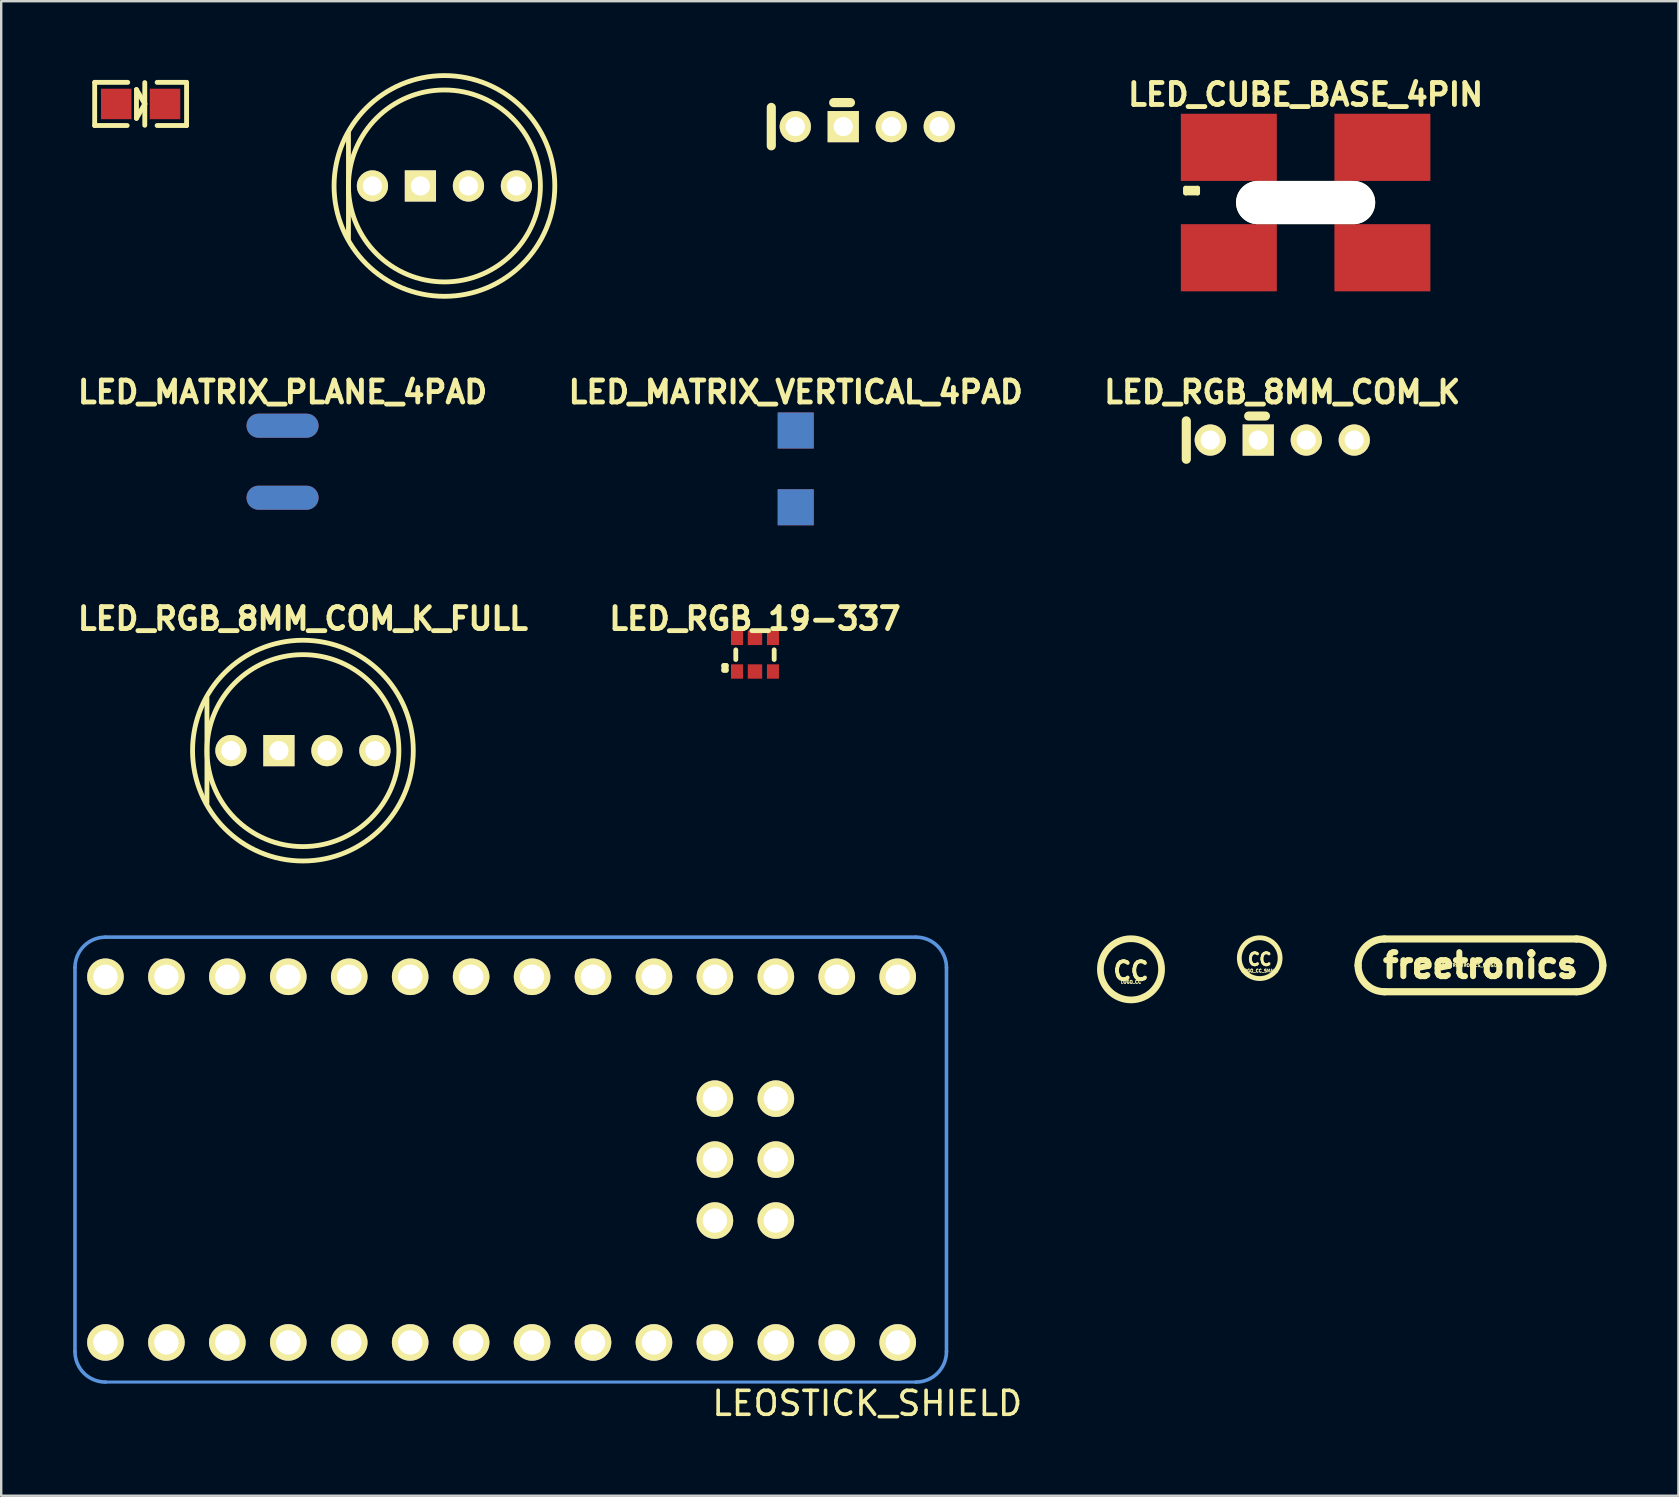
<source format=kicad_pcb>
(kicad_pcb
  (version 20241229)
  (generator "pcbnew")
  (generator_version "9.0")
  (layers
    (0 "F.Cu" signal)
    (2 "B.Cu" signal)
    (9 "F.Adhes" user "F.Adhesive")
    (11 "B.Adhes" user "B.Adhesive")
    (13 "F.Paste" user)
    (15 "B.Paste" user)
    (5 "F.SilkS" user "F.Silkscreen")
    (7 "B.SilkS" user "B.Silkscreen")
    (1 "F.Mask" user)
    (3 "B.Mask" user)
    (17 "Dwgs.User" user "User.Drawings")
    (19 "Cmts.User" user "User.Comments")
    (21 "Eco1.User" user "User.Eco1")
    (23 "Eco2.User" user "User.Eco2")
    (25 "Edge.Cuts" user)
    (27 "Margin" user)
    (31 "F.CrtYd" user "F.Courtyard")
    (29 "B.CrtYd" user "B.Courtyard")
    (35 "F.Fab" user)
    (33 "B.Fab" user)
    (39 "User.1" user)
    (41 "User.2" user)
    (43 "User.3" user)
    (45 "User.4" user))
  (footprint "LED_MATRIX_PLANE_4PAD"
    (layer "F.Cu")
    (at 8.726 16.193)
    (property "Reference" "LED_MATRIX_PLANE_4PAD" (at 0 -2.901 0) (layer "F.SilkS") (effects (font (size 0.914 0.914) (thickness 0.203))))
    (attr smd)
    (pad "1" smd oval (at 0 -1.501) (size 3 1.001) (layers "F.Cu" "F.Mask" "F.Paste"))
    (pad "2" smd oval (at 0 -1.501) (size 3 1.001) (layers "B.Cu" "B.Mask" "B.Paste"))
    (pad "3" smd oval (at 0 1.501) (size 3 1.001) (layers "F.Cu" "F.Mask" "F.Paste"))
    (pad "4" smd oval (at 0 1.501) (size 3 1.001) (layers "B.Cu" "B.Mask" "B.Paste")))
  (footprint "LED-RGB-8MM-COM-K-FULL"
    (layer "F.Cu")
    (at 15.473 4.7)
    (property "Reference" "LED-RGB-8MM-COM-K-FULL" (at 0 -2.3 0) (layer "Eco1.User") (effects (font (size 0.6 0.6) (thickness 0.1))))
    (attr through_hole)
    (fp_line (start -4 -2.2) (end -4 2.2) (stroke (width 0.201) (type solid)) (layer "F.SilkS"))
    (fp_circle (center 0 0) (end 4 0) (stroke (width 0.201) (type solid)) (fill no) (layer "F.SilkS"))
    (fp_circle (center 0 0) (end 4.6 0) (stroke (width 0.201) (type solid)) (fill no) (layer "F.SilkS"))
    (pad "AB" thru_hole circle (at 3 0) (size 1.3 1.3) (drill 0.8) (layers "*.Cu" "*.Mask" "F.SilkS"))
    (pad "AG" thru_hole circle (at 1.001 0) (size 1.3 1.3) (drill 0.8) (layers "*.Cu" "*.Mask" "F.SilkS"))
    (pad "AR" thru_hole circle (at -3 0) (size 1.3 1.3) (drill 0.8) (layers "*.Cu" "*.Mask" "F.SilkS"))
    (pad "K" thru_hole rect (at -1.001 0) (size 1.3 1.3) (drill 0.8) (layers "*.Cu" "*.Mask" "F.SilkS")))
  (footprint "LOGO_CC_SMALL"
    (layer "F.Cu")
    (at 49.452 36.884)
    (property "Reference" "LOGO_CC_SMALL" (at 0 0.525 0) (layer "F.SilkS") (effects (font (size 0.127 0.127) (thickness 0.032))))
    (attr through_hole)
    (fp_circle (center 0 0) (end 0.85 0) (stroke (width 0.2) (type solid)) (fill no) (layer "F.SilkS"))
    (fp_text user "CC" (at 0 0.05 0) (layer "F.SilkS") (effects (font (size 0.5 0.48) (thickness 0.12)))))
  (footprint "LED_MATRIX_VERTICAL_4PAD"
    (layer "F.Cu")
    (at 30.114 16.492)
    (property "Reference" "LED_MATRIX_VERTICAL_4PAD" (at 0 -3.2 0) (layer "F.SilkS") (effects (font (size 0.914 0.914) (thickness 0.203))))
    (attr smd)
    (pad "1" smd rect (at 0 -1.6) (size 1.501 1.501) (layers "B.Cu" "B.Mask" "B.Paste"))
    (pad "2" smd rect (at 0 1.6) (size 1.501 1.501) (layers "B.Cu" "B.Mask" "B.Paste"))
    (pad "3" smd rect (at 0 -1.6) (size 1.501 1.501) (layers "F.Cu" "F.Mask" "F.Paste"))
    (pad "4" smd rect (at 0 1.6) (size 1.501 1.501) (layers "F.Cu" "F.Mask" "F.Paste")))
  (footprint "LOGO_FREETRONICS_MIDSIZE"
    (layer "F.Cu")
    (at 58.652 37.184)
    (property "Reference" "LOGO_FREETRONICS_MIDSIZE" (at -0.508 0 0) (layer "F.SilkS") (effects (font (size 0.127 0.127) (thickness 0.032))))
    (attr through_hole)
    (fp_line (start -4 -1.1) (end 4 -1.1) (stroke (width 0.3) (type solid)) (layer "F.SilkS"))
    (fp_line (start 4 1.1) (end -4 1.1) (stroke (width 0.3) (type solid)) (layer "F.SilkS"))
    (fp_arc (start -5.1 0) (mid -4.777817 -0.777817) (end -4 -1.1) (stroke (width 0.3) (type solid)) (layer "F.SilkS"))
    (fp_arc (start -4 1.1) (mid -4.777817 0.777817) (end -5.1 0) (stroke (width 0.3) (type solid)) (layer "F.SilkS"))
    (fp_arc (start 4 -1.1) (mid 4.777817 -0.777817) (end 5.1 0) (stroke (width 0.3) (type solid)) (layer "F.SilkS"))
    (fp_arc (start 5.1 0) (mid 4.777817 0.777817) (end 4 1.1) (stroke (width 0.3) (type solid)) (layer "F.SilkS"))
    (fp_text user "freetronics" (at 0 0 0) (layer "F.SilkS") (effects (font (size 1 1) (thickness 0.25)))))
  (footprint "LED_RGB_8MM_COM_K_FULL"
    (layer "F.Cu")
    (at 9.575 28.234)
    (property "Reference" "LED_RGB_8MM_COM_K_FULL" (at 0 -5.499 0) (layer "F.SilkS") (effects (font (size 0.914 0.914) (thickness 0.203))))
    (attr through_hole)
    (fp_line (start -4 -2.2) (end -4 2.2) (stroke (width 0.201) (type solid)) (layer "F.SilkS"))
    (fp_circle (center 0 0) (end 4 0) (stroke (width 0.201) (type solid)) (fill no) (layer "F.SilkS"))
    (fp_circle (center 0 0) (end 4.6 0) (stroke (width 0.201) (type solid)) (fill no) (layer "F.SilkS"))
    (pad "AB" thru_hole circle (at 3 0) (size 1.3 1.3) (drill 0.8) (layers "*.Cu" "*.Mask" "F.SilkS"))
    (pad "AG" thru_hole circle (at 1.001 0) (size 1.3 1.3) (drill 0.8) (layers "*.Cu" "*.Mask" "F.SilkS"))
    (pad "AR" thru_hole circle (at -3 0) (size 1.3 1.3) (drill 0.8) (layers "*.Cu" "*.Mask" "F.SilkS"))
    (pad "K" thru_hole rect (at -1.001 0) (size 1.3 1.3) (drill 0.8) (layers "*.Cu" "*.Mask" "F.SilkS")))
  (footprint "LED-0805-LARGE"
    (layer "F.Cu")
    (at 2.811 1.282)
    (property "Reference" "LED-0805-LARGE" (at -0.048 -0.991 0) (layer "Eco1.User") (effects (font (size 0.406 0.406) (thickness 0.03))))
    (attr through_hole)
    (fp_line (start -1.915 -0.899) (end -1.915 0.899) (stroke (width 0.203) (type solid)) (layer "F.SilkS"))
    (fp_line (start -1.915 0.899) (end -0.561 0.899) (stroke (width 0.203) (type solid)) (layer "F.SilkS"))
    (fp_line (start -0.538 -0.899) (end -1.915 -0.899) (stroke (width 0.203) (type solid)) (layer "F.SilkS"))
    (fp_line (start -0.173 -0.599) (end -0.173 0.599) (stroke (width 0.203) (type solid)) (layer "F.SilkS"))
    (fp_line (start -0.173 0.599) (end 0.173 0) (stroke (width 0.203) (type solid)) (layer "F.SilkS"))
    (fp_line (start 0.173 -0.889) (end 0.173 0) (stroke (width 0.203) (type solid)) (layer "F.SilkS"))
    (fp_line (start 0.173 0) (end -0.173 -0.599) (stroke (width 0.203) (type solid)) (layer "F.SilkS"))
    (fp_line (start 0.173 0) (end 0.173 0.889) (stroke (width 0.203) (type solid)) (layer "F.SilkS"))
    (fp_line (start 0.688 -0.899) (end 1.915 -0.899) (stroke (width 0.203) (type solid)) (layer "F.SilkS"))
    (fp_line (start 1.915 -0.899) (end 1.915 0.899) (stroke (width 0.203) (type solid)) (layer "F.SilkS"))
    (fp_line (start 1.915 0.899) (end 0.688 0.899) (stroke (width 0.203) (type solid)) (layer "F.SilkS"))
    (pad "A" smd rect (at -1.016 0) (size 1.27 1.27) (layers "F.Cu" "F.Mask" "F.Paste"))
    (pad "K" smd rect (at 1.016 0) (size 1.27 1.27) (layers "F.Cu" "F.Mask" "F.Paste")))
  (footprint "LEOSTICK_SHIELD"
    (layer "F.Cu")
    (at 1.345 52.9)
    (property "Reference" "LEOSTICK_SHIELD" (at 31.75 2.54 0) (layer "F.SilkS") (effects (font (size 1 1) (thickness 0.15))))
    (attr through_hole)
    (fp_line (start -1.27 -15.621) (end -1.27 0.381) (stroke (width 0.15) (type solid)) (layer "Cmts.User"))
    (fp_line (start 33.782 -16.891) (end 0 -16.891) (stroke (width 0.15) (type solid)) (layer "Cmts.User"))
    (fp_line (start 33.782 1.651) (end 0 1.651) (stroke (width 0.127) (type solid)) (layer "Cmts.User"))
    (fp_line (start 35.052 0.381) (end 35.052 -15.621) (stroke (width 0.15) (type solid)) (layer "Cmts.User"))
    (fp_arc (start -1.27 -15.621) (mid -0.898026 -16.519026) (end 0 -16.891) (stroke (width 0.15) (type solid)) (layer "Cmts.User"))
    (fp_arc (start 0 1.651) (mid -0.898026 1.279026) (end -1.27 0.381) (stroke (width 0.15) (type solid)) (layer "Cmts.User"))
    (fp_arc (start 33.782 -16.891) (mid 34.680026 -16.519026) (end 35.052 -15.621) (stroke (width 0.15) (type solid)) (layer "Cmts.User"))
    (fp_arc (start 35.052 0.381) (mid 34.680026 1.279026) (end 33.782 1.651) (stroke (width 0.15) (type solid)) (layer "Cmts.User"))
    (pad "0" thru_hole circle (at 33.02 -15.24 180) (size 1.524 1.524) (drill 1.016) (layers "*.Cu" "*.Mask" "F.SilkS"))
    (pad "1" thru_hole circle (at 30.48 -15.24 180) (size 1.524 1.524) (drill 1.016) (layers "*.Cu" "*.Mask" "F.SilkS"))
    (pad "2" thru_hole circle (at 27.94 -15.24 180) (size 1.524 1.524) (drill 1.016) (layers "*.Cu" "*.Mask" "F.SilkS"))
    (pad "3" thru_hole circle (at 25.4 -15.24 180) (size 1.524 1.524) (drill 1.016) (layers "*.Cu" "*.Mask" "F.SilkS"))
    (pad "4" thru_hole circle (at 22.86 -15.24 180) (size 1.524 1.524) (drill 1.016) (layers "*.Cu" "*.Mask" "F.SilkS"))
    (pad "5" thru_hole circle (at 20.32 -15.24 180) (size 1.524 1.524) (drill 1.016) (layers "*.Cu" "*.Mask" "F.SilkS"))
    (pad "6" thru_hole circle (at 17.78 -15.24 180) (size 1.524 1.524) (drill 1.016) (layers "*.Cu" "*.Mask" "F.SilkS"))
    (pad "7" thru_hole circle (at 15.24 -15.24 180) (size 1.524 1.524) (drill 1.016) (layers "*.Cu" "*.Mask" "F.SilkS"))
    (pad "8" thru_hole circle (at 12.7 -15.24 180) (size 1.524 1.524) (drill 1.016) (layers "*.Cu" "*.Mask" "F.SilkS"))
    (pad "9" thru_hole circle (at 10.16 -15.24 180) (size 1.524 1.524) (drill 1.016) (layers "*.Cu" "*.Mask" "F.SilkS"))
    (pad "10" thru_hole circle (at 7.62 -15.24 180) (size 1.524 1.524) (drill 1.016) (layers "*.Cu" "*.Mask" "F.SilkS"))
    (pad "11" thru_hole circle (at 5.08 -15.24 180) (size 1.524 1.524) (drill 1.016) (layers "*.Cu" "*.Mask" "F.SilkS"))
    (pad "12" thru_hole circle (at 2.54 -15.24 180) (size 1.524 1.524) (drill 1.016) (layers "*.Cu" "*.Mask" "F.SilkS"))
    (pad "13" thru_hole circle (at 0 -15.24 180) (size 1.524 1.524) (drill 1.016) (layers "*.Cu" "*.Mask" "F.SilkS"))
    (pad "14" thru_hole circle (at 0 0 180) (size 1.524 1.524) (drill 1.016) (layers "*.Cu" "*.Mask" "F.SilkS"))
    (pad "15" thru_hole circle (at 2.54 0 180) (size 1.524 1.524) (drill 1.016) (layers "*.Cu" "*.Mask" "F.SilkS"))
    (pad "16" thru_hole circle (at 5.08 0 180) (size 1.524 1.524) (drill 1.016) (layers "*.Cu" "*.Mask" "F.SilkS"))
    (pad "17" thru_hole circle (at 7.62 0 180) (size 1.524 1.524) (drill 1.016) (layers "*.Cu" "*.Mask" "F.SilkS"))
    (pad "18" thru_hole circle (at 10.16 0 180) (size 1.524 1.524) (drill 1.016) (layers "*.Cu" "*.Mask" "F.SilkS"))
    (pad "19" thru_hole circle (at 12.7 0 180) (size 1.524 1.524) (drill 1.016) (layers "*.Cu" "*.Mask" "F.SilkS"))
    (pad "20" thru_hole circle (at 15.24 0 180) (size 1.524 1.524) (drill 1.016) (layers "*.Cu" "*.Mask" "F.SilkS"))
    (pad "21" thru_hole circle (at 17.78 0 180) (size 1.524 1.524) (drill 1.016) (layers "*.Cu" "*.Mask" "F.SilkS"))
    (pad "22" thru_hole circle (at 20.32 0 180) (size 1.524 1.524) (drill 1.016) (layers "*.Cu" "*.Mask" "F.SilkS"))
    (pad "23" thru_hole circle (at 22.86 0 180) (size 1.524 1.524) (drill 1.016) (layers "*.Cu" "*.Mask" "F.SilkS"))
    (pad "24" thru_hole circle (at 25.4 0 180) (size 1.524 1.524) (drill 1.016) (layers "*.Cu" "*.Mask" "F.SilkS"))
    (pad "25" thru_hole circle (at 27.94 0 180) (size 1.524 1.524) (drill 1.016) (layers "*.Cu" "*.Mask" "F.SilkS"))
    (pad "26" thru_hole circle (at 30.48 0 180) (size 1.524 1.524) (drill 1.016) (layers "*.Cu" "*.Mask" "F.SilkS"))
    (pad "27" thru_hole circle (at 33.02 0 180) (size 1.524 1.524) (drill 1.016) (layers "*.Cu" "*.Mask" "F.SilkS"))
    (pad "SP1" thru_hole circle (at 25.4 -10.16 180) (size 1.524 1.524) (drill 1.016) (layers "*.Cu" "*.Mask" "F.SilkS"))
    (pad "SP2" thru_hole circle (at 27.94 -10.16 180) (size 1.524 1.524) (drill 1.016) (layers "*.Cu" "*.Mask" "F.SilkS"))
    (pad "SP3" thru_hole circle (at 25.4 -7.62 180) (size 1.524 1.524) (drill 1.016) (layers "*.Cu" "*.Mask" "F.SilkS"))
    (pad "SP4" thru_hole circle (at 27.94 -7.62 180) (size 1.524 1.524) (drill 1.016) (layers "*.Cu" "*.Mask" "F.SilkS"))
    (pad "SP5" thru_hole circle (at 25.4 -5.08 180) (size 1.524 1.524) (drill 1.016) (layers "*.Cu" "*.Mask" "F.SilkS"))
    (pad "SP6" thru_hole circle (at 27.94 -5.08 180) (size 1.524 1.524) (drill 1.016) (layers "*.Cu" "*.Mask" "F.SilkS")))
  (footprint "LED_RGB_19-337"
    (layer "F.Cu")
    (at 28.416 24.236)
    (property "Reference" "LED_RGB_19-337" (at 0 -1.501 0) (layer "F.SilkS") (effects (font (size 0.914 0.914) (thickness 0.203))))
    (attr smd)
    (fp_line (start -1.3 0.45) (end -1.199 0.45) (stroke (width 0.201) (type solid)) (layer "F.SilkS"))
    (fp_line (start -1.3 0.65) (end -1.3 0.45) (stroke (width 0.201) (type solid)) (layer "F.SilkS"))
    (fp_line (start -1.199 0.45) (end -1.199 0.65) (stroke (width 0.201) (type solid)) (layer "F.SilkS"))
    (fp_line (start -1.199 0.65) (end -1.3 0.65) (stroke (width 0.201) (type solid)) (layer "F.SilkS"))
    (fp_line (start -0.8 -0.201) (end -0.8 0.201) (stroke (width 0.201) (type solid)) (layer "F.SilkS"))
    (fp_line (start 0.8 -0.201) (end 0.8 0.201) (stroke (width 0.201) (type solid)) (layer "F.SilkS"))
    (pad "AB" smd rect (at -0.749 -0.701) (size 0.5 0.599) (layers "F.Cu" "F.Mask" "F.Paste"))
    (pad "AG" smd rect (at 0.749 -0.701) (size 0.5 0.599) (layers "F.Cu" "F.Mask" "F.Paste"))
    (pad "AR" smd rect (at 0 -0.701) (size 0.599 0.599) (layers "F.Cu" "F.Mask" "F.Paste"))
    (pad "KB" smd rect (at -0.749 0.701) (size 0.5 0.599) (layers "F.Cu" "F.Mask" "F.Paste"))
    (pad "KG" smd rect (at 0.749 0.701) (size 0.5 0.599) (layers "F.Cu" "F.Mask" "F.Paste"))
    (pad "KR" smd rect (at 0 0.701) (size 0.599 0.599) (layers "F.Cu" "F.Mask" "F.Paste")))
  (footprint "LED_CUBE_BASE_4PIN"
    (layer "F.Cu")
    (at 51.365 5.392)
    (property "Reference" "LED_CUBE_BASE_4PIN" (at 0 -4.501 0) (layer "F.SilkS") (effects (font (size 0.914 0.914) (thickness 0.203))))
    (attr smd)
    (fp_line (start -5.001 -0.599) (end -4.501 -0.599) (stroke (width 0.201) (type solid)) (layer "F.SilkS"))
    (fp_line (start -5.001 -0.498) (end -5.001 -0.599) (stroke (width 0.201) (type solid)) (layer "F.SilkS"))
    (fp_line (start -5.001 -0.498) (end -5.001 -0.399) (stroke (width 0.201) (type solid)) (layer "F.SilkS"))
    (fp_line (start -5.001 -0.399) (end -4.501 -0.399) (stroke (width 0.201) (type solid)) (layer "F.SilkS"))
    (fp_line (start -4.501 -0.599) (end -4.501 -0.498) (stroke (width 0.201) (type solid)) (layer "F.SilkS"))
    (fp_line (start -4.501 -0.498) (end -5.001 -0.498) (stroke (width 0.201) (type solid)) (layer "F.SilkS"))
    (fp_line (start -4.501 -0.399) (end -4.501 -0.498) (stroke (width 0.201) (type solid)) (layer "F.SilkS"))
    (pad "" np_thru_hole oval (at 0 0) (size 5.799 1.801) (drill oval 5.799 1.801) (layers "*.Cu" "*.Mask" "F.SilkS"))
    (pad "1" smd rect (at -3.2 -2.301) (size 4 2.799) (layers "F.Cu" "F.Mask" "F.Paste"))
    (pad "2" smd rect (at 3.2 -2.301) (size 4 2.799) (layers "F.Cu" "F.Mask" "F.Paste"))
    (pad "3" smd rect (at -3.2 2.301) (size 4 2.799) (layers "F.Cu" "F.Mask" "F.Paste"))
    (pad "4" smd rect (at 3.2 2.301) (size 4 2.799) (layers "F.Cu" "F.Mask" "F.Paste")))
  (footprint "LOGO_CC"
    (layer "F.Cu")
    (at 44.087 37.349)
    (property "Reference" "LOGO_CC" (at 0 0.525 0) (layer "F.SilkS") (effects (font (size 0.127 0.127) (thickness 0.032))))
    (attr through_hole)
    (fp_circle (center 0 0) (end 1.275 0) (stroke (width 0.28) (type solid)) (fill no) (layer "F.SilkS"))
    (fp_text user "CC" (at 0 0.075 0) (layer "F.SilkS") (effects (font (size 0.75 0.72) (thickness 0.16)))))
  (footprint "LED_RGB_8MM_COM_K"
    (layer "F.Cu")
    (at 50.392 15.291)
    (property "Reference" "LED_RGB_8MM_COM_K" (at 0 -1.999 0) (layer "F.SilkS") (effects (font (size 0.914 0.914) (thickness 0.203))))
    (attr through_hole)
    (fp_line (start -4 -0.8) (end -4 0.8) (stroke (width 0.381) (type solid)) (layer "F.SilkS"))
    (fp_line (start -1.4 -1.001) (end -0.701 -1.001) (stroke (width 0.381) (type solid)) (layer "F.SilkS"))
    (pad "AB" thru_hole circle (at 3 0) (size 1.3 1.3) (drill 0.8) (layers "*.Cu" "*.Mask" "F.SilkS"))
    (pad "AG" thru_hole circle (at 1.001 0) (size 1.3 1.3) (drill 0.8) (layers "*.Cu" "*.Mask" "F.SilkS"))
    (pad "AR" thru_hole circle (at -3 0) (size 1.3 1.3) (drill 0.8) (layers "*.Cu" "*.Mask" "F.SilkS"))
    (pad "K" thru_hole rect (at -1.001 0) (size 1.3 1.3) (drill 0.8) (layers "*.Cu" "*.Mask" "F.SilkS")))
  (footprint "LED-RGB-8MM-COM-K-MINIMAL"
    (layer "F.Cu")
    (at 33.096 2.227)
    (property "Reference" "LED-RGB-8MM-COM-K-MINIMAL" (at 0 -1.7 0) (layer "Eco1.User") (effects (font (size 0.6 0.6) (thickness 0.1))))
    (attr through_hole)
    (fp_line (start -4 -0.8) (end -4 0.8) (stroke (width 0.381) (type solid)) (layer "F.SilkS"))
    (fp_line (start -1.4 -1.001) (end -0.701 -1.001) (stroke (width 0.381) (type solid)) (layer "F.SilkS"))
    (pad "AB" thru_hole circle (at 3 0) (size 1.3 1.3) (drill 0.8) (layers "*.Cu" "*.Mask" "F.SilkS"))
    (pad "AG" thru_hole circle (at 1.001 0) (size 1.3 1.3) (drill 0.8) (layers "*.Cu" "*.Mask" "F.SilkS"))
    (pad "AR" thru_hole circle (at -3 0) (size 1.3 1.3) (drill 0.8) (layers "*.Cu" "*.Mask" "F.SilkS"))
    (pad "K" thru_hole rect (at -1.001 0) (size 1.3 1.3) (drill 0.8) (layers "*.Cu" "*.Mask" "F.SilkS")))
  (gr_rect
    (start -3 -3)
    (end 66.902 59.288)
    (stroke (width 0.1) (type default))
    (fill no)
    (layer "Edge.Cuts")))
</source>
